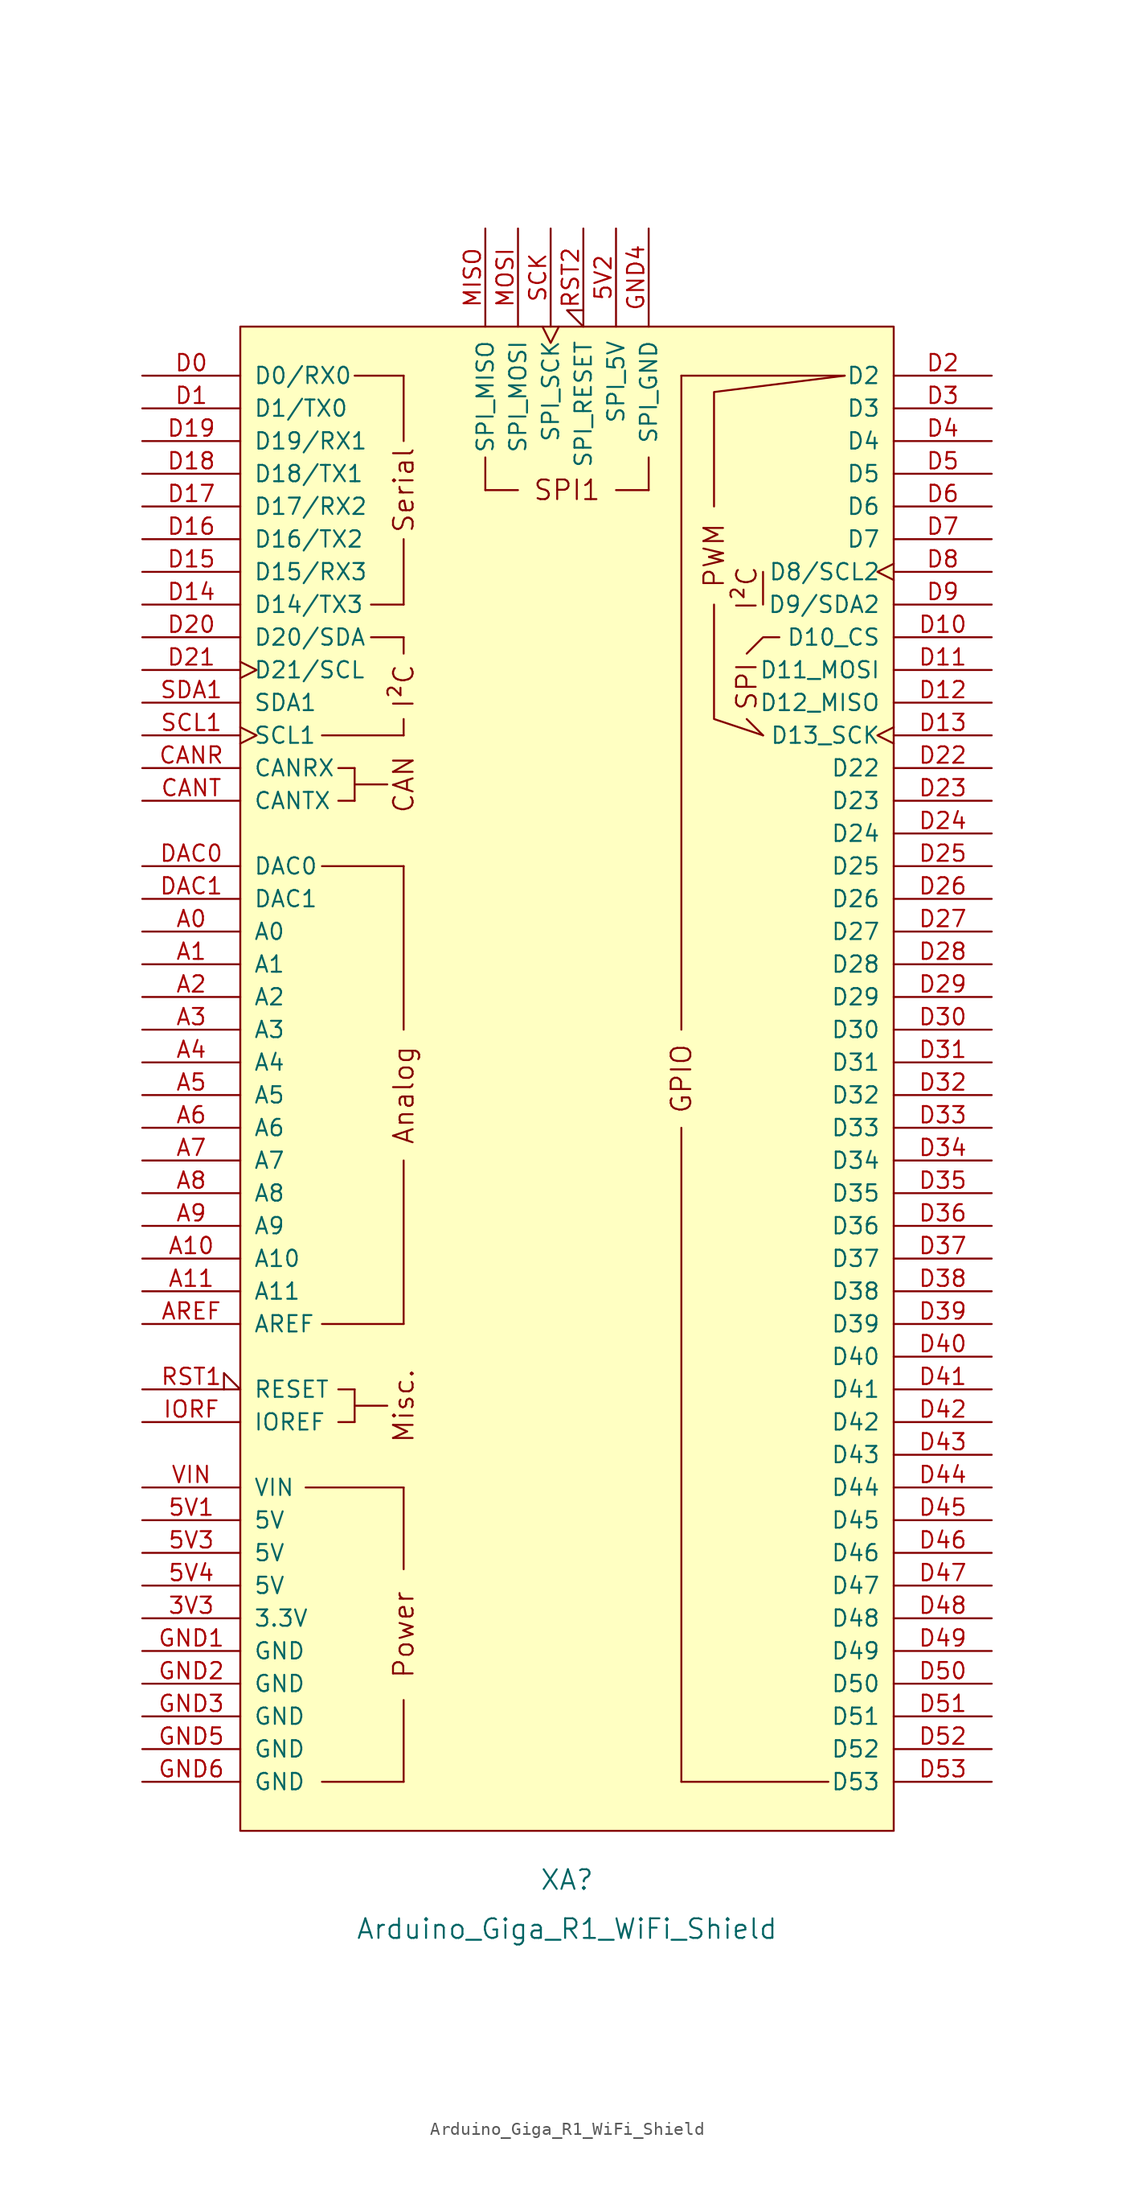
<source format=kicad_sym>
(kicad_symbol_lib
  (version 20211014)
  (generator kicad_symbol_editor)
  (symbol "Arduino_Giga_R1_WiFi_Shield"
    (pin_names
      (offset 1.016))
    (property "Reference" "XA"
      (at 0 -62.23 0)
      (effects (font (size 1.524 1.524))))
    (property "Value" "Arduino_Giga_R1_WiFi_Shield"
      (at 0 -66.04 0)
      (effects (font (size 1.524 1.524))))
    (symbol "Arduino_Giga_R1_WiFi_Shield_0_0"
      (rectangle (start -25.4 -58.42) (end 25.4 58.42) (stroke (width 0) (type default) (color 0 0 0 0)) (fill (type background)))
      (rectangle (start -20.32 -31.75) (end -12.7 -31.75) (stroke (width 0) (type default) (color 0 0 0 0)) (fill (type none)))
      (rectangle (start -19.05 -54.61) (end -12.7 -54.61) (stroke (width 0) (type default) (color 0 0 0 0)) (fill (type none)))
      (rectangle (start -19.05 -19.05) (end -12.7 -19.05) (stroke (width 0) (type default) (color 0 0 0 0)) (fill (type none)))
      (rectangle (start -19.05 16.51) (end -12.7 16.51) (stroke (width 0) (type default) (color 0 0 0 0)) (fill (type none)))
      (rectangle (start -19.05 26.67) (end -12.7 26.67) (stroke (width 0) (type default) (color 0 0 0 0)) (fill (type none)))
      (rectangle (start -17.78 -26.67) (end -16.51 -26.67) (stroke (width 0) (type default) (color 0 0 0 0)) (fill (type none)))
      (rectangle (start -17.78 -24.13) (end -16.51 -24.13) (stroke (width 0) (type default) (color 0 0 0 0)) (fill (type none)))
      (rectangle (start -17.78 21.59) (end -16.51 21.59) (stroke (width 0) (type default) (color 0 0 0 0)) (fill (type none)))
      (rectangle (start -17.78 24.13) (end -16.51 24.13) (stroke (width 0) (type default) (color 0 0 0 0)) (fill (type none)))
      (rectangle (start -16.51 -25.4) (end -13.97 -25.4) (stroke (width 0) (type default) (color 0 0 0 0)) (fill (type none)))
      (rectangle (start -16.51 -24.13) (end -16.51 -26.67) (stroke (width 0) (type default) (color 0 0 0 0)) (fill (type none)))
      (rectangle (start -16.51 22.86) (end -13.97 22.86) (stroke (width 0) (type default) (color 0 0 0 0)) (fill (type none)))
      (rectangle (start -16.51 24.13) (end -16.51 21.59) (stroke (width 0) (type default) (color 0 0 0 0)) (fill (type none)))
      (rectangle (start -16.51 54.61) (end -12.7 54.61) (stroke (width 0) (type default) (color 0 0 0 0)) (fill (type none)))
      (rectangle (start -15.24 34.29) (end -12.7 34.29) (stroke (width 0) (type default) (color 0 0 0 0)) (fill (type none)))
      (rectangle (start -15.24 36.83) (end -12.7 36.83) (stroke (width 0) (type default) (color 0 0 0 0)) (fill (type none)))
      (rectangle (start -12.7 -54.61) (end -12.7 -48.26) (stroke (width 0) (type default) (color 0 0 0 0)) (fill (type none)))
      (rectangle (start -12.7 -31.75) (end -12.7 -38.1) (stroke (width 0) (type default) (color 0 0 0 0)) (fill (type none)))
      (rectangle (start -12.7 -6.35) (end -12.7 -19.05) (stroke (width 0) (type default) (color 0 0 0 0)) (fill (type none)))
      (rectangle (start -12.7 16.51) (end -12.7 3.81) (stroke (width 0) (type default) (color 0 0 0 0)) (fill (type none)))
      (rectangle (start -12.7 26.67) (end -12.7 27.94) (stroke (width 0) (type default) (color 0 0 0 0)) (fill (type none)))
      (rectangle (start -12.7 34.29) (end -12.7 33.02) (stroke (width 0) (type default) (color 0 0 0 0)) (fill (type none)))
      (rectangle (start -12.7 41.91) (end -12.7 36.83) (stroke (width 0) (type default) (color 0 0 0 0)) (fill (type none)))
      (rectangle (start -12.7 49.53) (end -12.7 54.61) (stroke (width 0) (type default) (color 0 0 0 0)) (fill (type none)))
      (rectangle (start -6.35 45.72) (end -3.81 45.72) (stroke (width 0) (type default) (color 0 0 0 0)) (fill (type none)))
      (rectangle (start -6.35 48.26) (end -6.35 45.72) (stroke (width 0) (type default) (color 0 0 0 0)) (fill (type none)))
      (polyline (pts (xy 8.89 -54.61) (xy 20.32 -54.61)) (stroke (width 0) (type default) (color 0 0 0 0)) (fill (type none)))
      (polyline (pts (xy 15.24 26.67) (xy 13.97 27.94)) (stroke (width 0) (type default) (color 0 0 0 0)) (fill (type none)))
      (polyline (pts (xy 15.24 39.37) (xy 15.24 36.83)) (stroke (width 0) (type default) (color 0 0 0 0)) (fill (type none)))
      (polyline (pts (xy 21.59 54.61) (xy 8.89 54.61)) (stroke (width 0) (type default) (color 0 0 0 0)) (fill (type none)))
      (polyline (pts (xy 11.43 44.45) (xy 11.43 53.34) (xy 21.59 54.61)) (stroke (width 0) (type default) (color 0 0 0 0)) (fill (type none)))
      (polyline (pts (xy 13.97 33.02) (xy 15.24 34.29) (xy 16.51 34.29)) (stroke (width 0) (type default) (color 0 0 0 0)) (fill (type none)))
      (polyline (pts (xy 15.24 26.67) (xy 11.43 27.94) (xy 11.43 36.83)) (stroke (width 0) (type default) (color 0 0 0 0)) (fill (type none)))
      (rectangle (start 3.81 45.72) (end 6.35 45.72) (stroke (width 0) (type default) (color 0 0 0 0)) (fill (type none)))
      (rectangle (start 6.35 48.26) (end 6.35 45.72) (stroke (width 0) (type default) (color 0 0 0 0)) (fill (type none)))
      (text "Analog" (at -12.7 -1.27 900) (effects (font (size 1.524 1.524))))
      (text "CAN" (at -12.7 22.86 900) (effects (font (size 1.524 1.524))))
      (text "I²C" (at -12.7 30.48 900) (effects (font (size 1.524 1.524))))
      (text "I²C" (at 13.97 38.1 900) (effects (font (size 1.524 1.524))))
      (text "Misc." (at -12.7 -25.4 900) (effects (font (size 1.524 1.524))))
      (text "Power" (at -12.7 -43.18 900) (effects (font (size 1.524 1.524))))
      (text "PWM" (at 11.43 40.64 900) (effects (font (size 1.524 1.524))))
      (text "Serial" (at -12.7 45.72 900) (effects (font (size 1.524 1.524))))
      (text "SPI" (at 13.97 30.48 900) (effects (font (size 1.524 1.524))))
      (text "SPI1" (at 0 45.72 0) (effects (font (size 1.524 1.524)))))
    (symbol "Arduino_Giga_R1_WiFi_Shield_1_0"
      (rectangle (start 8.89 -3.81) (end 8.89 -54.61) (stroke (width 0) (type default) (color 0 0 0 0)) (fill (type none)))
      (rectangle (start 8.89 54.61) (end 8.89 3.81) (stroke (width 0) (type default) (color 0 0 0 0)) (fill (type none)))
      (text "GPIO" (at 8.89 0 900) (effects (font (size 1.524 1.524)))))
    (symbol "Arduino_Giga_R1_WiFi_Shield_1_1"
      (pin power_out line (at -33.02 -41.91 0) (length 7.62) (name "3.3V" (effects (font (size 1.27 1.27)))) (number "3V3" (effects (font (size 1.27 1.27)))))
      (pin power_in line (at -33.02 -34.29 0) (length 7.62) (name "5V" (effects (font (size 1.27 1.27)))) (number "5V1" (effects (font (size 1.27 1.27)))))
      (pin power_in line (at 3.81 66.04 270) (length 7.62) (name "SPI_5V" (effects (font (size 1.27 1.27)))) (number "5V2" (effects (font (size 1.27 1.27)))))
      (pin power_in line (at -33.02 -36.83 0) (length 7.62) (name "5V" (effects (font (size 1.27 1.27)))) (number "5V3" (effects (font (size 1.27 1.27)))))
      (pin power_in line (at -33.02 -39.37 0) (length 7.62) (name "5V" (effects (font (size 1.27 1.27)))) (number "5V4" (effects (font (size 1.27 1.27)))))
      (pin bidirectional line (at -33.02 11.43 0) (length 7.62) (name "A0" (effects (font (size 1.27 1.27)))) (number "A0" (effects (font (size 1.27 1.27)))))
      (pin bidirectional line (at -33.02 8.89 0) (length 7.62) (name "A1" (effects (font (size 1.27 1.27)))) (number "A1" (effects (font (size 1.27 1.27)))))
      (pin input line (at -33.02 -13.97 0) (length 7.62) (name "A10" (effects (font (size 1.27 1.27)))) (number "A10" (effects (font (size 1.27 1.27)))))
      (pin input line (at -33.02 -16.51 0) (length 7.62) (name "A11" (effects (font (size 1.27 1.27)))) (number "A11" (effects (font (size 1.27 1.27)))))
      (pin bidirectional line (at -33.02 6.35 0) (length 7.62) (name "A2" (effects (font (size 1.27 1.27)))) (number "A2" (effects (font (size 1.27 1.27)))))
      (pin bidirectional line (at -33.02 3.81 0) (length 7.62) (name "A3" (effects (font (size 1.27 1.27)))) (number "A3" (effects (font (size 1.27 1.27)))))
      (pin bidirectional line (at -33.02 1.27 0) (length 7.62) (name "A4" (effects (font (size 1.27 1.27)))) (number "A4" (effects (font (size 1.27 1.27)))))
      (pin bidirectional line (at -33.02 -1.27 0) (length 7.62) (name "A5" (effects (font (size 1.27 1.27)))) (number "A5" (effects (font (size 1.27 1.27)))))
      (pin bidirectional line (at -33.02 -3.81 0) (length 7.62) (name "A6" (effects (font (size 1.27 1.27)))) (number "A6" (effects (font (size 1.27 1.27)))))
      (pin bidirectional line (at -33.02 -6.35 0) (length 7.62) (name "A7" (effects (font (size 1.27 1.27)))) (number "A7" (effects (font (size 1.27 1.27)))))
      (pin input line (at -33.02 -8.89 0) (length 7.62) (name "A8" (effects (font (size 1.27 1.27)))) (number "A8" (effects (font (size 1.27 1.27)))))
      (pin input line (at -33.02 -11.43 0) (length 7.62) (name "A9" (effects (font (size 1.27 1.27)))) (number "A9" (effects (font (size 1.27 1.27)))))
      (pin input line (at -33.02 -19.05 0) (length 7.62) (name "AREF" (effects (font (size 1.27 1.27)))) (number "AREF" (effects (font (size 1.27 1.27)))))
      (pin bidirectional line (at -33.02 24.13 0) (length 7.62) (name "CANRX" (effects (font (size 1.27 1.27)))) (number "CANR" (effects (font (size 1.27 1.27)))))
      (pin bidirectional line (at -33.02 21.59 0) (length 7.62) (name "CANTX" (effects (font (size 1.27 1.27)))) (number "CANT" (effects (font (size 1.27 1.27)))))
      (pin bidirectional line (at -33.02 54.61 0) (length 7.62) (name "D0/RX0" (effects (font (size 1.27 1.27)))) (number "D0" (effects (font (size 1.27 1.27)))))
      (pin bidirectional line (at -33.02 52.07 0) (length 7.62) (name "D1/TX0" (effects (font (size 1.27 1.27)))) (number "D1" (effects (font (size 1.27 1.27)))))
      (pin bidirectional line (at 33.02 34.29 180) (length 7.62) (name "D10_CS" (effects (font (size 1.27 1.27)))) (number "D10" (effects (font (size 1.27 1.27)))))
      (pin bidirectional line (at 33.02 31.75 180) (length 7.62) (name "D11_MOSI" (effects (font (size 1.27 1.27)))) (number "D11" (effects (font (size 1.27 1.27)))))
      (pin bidirectional line (at 33.02 29.21 180) (length 7.62) (name "D12_MISO" (effects (font (size 1.27 1.27)))) (number "D12" (effects (font (size 1.27 1.27)))))
      (pin bidirectional clock (at 33.02 26.67 180) (length 7.62) (name "D13_SCK" (effects (font (size 1.27 1.27)))) (number "D13" (effects (font (size 1.27 1.27)))))
      (pin bidirectional line (at -33.02 36.83 0) (length 7.62) (name "D14/TX3" (effects (font (size 1.27 1.27)))) (number "D14" (effects (font (size 1.27 1.27)))))
      (pin bidirectional line (at -33.02 39.37 0) (length 7.62) (name "D15/RX3" (effects (font (size 1.27 1.27)))) (number "D15" (effects (font (size 1.27 1.27)))))
      (pin bidirectional line (at -33.02 41.91 0) (length 7.62) (name "D16/TX2" (effects (font (size 1.27 1.27)))) (number "D16" (effects (font (size 1.27 1.27)))))
      (pin bidirectional line (at -33.02 44.45 0) (length 7.62) (name "D17/RX2" (effects (font (size 1.27 1.27)))) (number "D17" (effects (font (size 1.27 1.27)))))
      (pin bidirectional line (at -33.02 46.99 0) (length 7.62) (name "D18/TX1" (effects (font (size 1.27 1.27)))) (number "D18" (effects (font (size 1.27 1.27)))))
      (pin bidirectional line (at -33.02 49.53 0) (length 7.62) (name "D19/RX1" (effects (font (size 1.27 1.27)))) (number "D19" (effects (font (size 1.27 1.27)))))
      (pin bidirectional line (at 33.02 54.61 180) (length 7.62) (name "D2" (effects (font (size 1.27 1.27)))) (number "D2" (effects (font (size 1.27 1.27)))))
      (pin bidirectional line (at -33.02 34.29 0) (length 7.62) (name "D20/SDA" (effects (font (size 1.27 1.27)))) (number "D20" (effects (font (size 1.27 1.27)))))
      (pin bidirectional clock (at -33.02 31.75 0) (length 7.62) (name "D21/SCL" (effects (font (size 1.27 1.27)))) (number "D21" (effects (font (size 1.27 1.27)))))
      (pin bidirectional line (at 33.02 24.13 180) (length 7.62) (name "D22" (effects (font (size 1.27 1.27)))) (number "D22" (effects (font (size 1.27 1.27)))))
      (pin bidirectional line (at 33.02 21.59 180) (length 7.62) (name "D23" (effects (font (size 1.27 1.27)))) (number "D23" (effects (font (size 1.27 1.27)))))
      (pin bidirectional line (at 33.02 19.05 180) (length 7.62) (name "D24" (effects (font (size 1.27 1.27)))) (number "D24" (effects (font (size 1.27 1.27)))))
      (pin bidirectional line (at 33.02 16.51 180) (length 7.62) (name "D25" (effects (font (size 1.27 1.27)))) (number "D25" (effects (font (size 1.27 1.27)))))
      (pin bidirectional line (at 33.02 13.97 180) (length 7.62) (name "D26" (effects (font (size 1.27 1.27)))) (number "D26" (effects (font (size 1.27 1.27)))))
      (pin bidirectional line (at 33.02 11.43 180) (length 7.62) (name "D27" (effects (font (size 1.27 1.27)))) (number "D27" (effects (font (size 1.27 1.27)))))
      (pin bidirectional line (at 33.02 8.89 180) (length 7.62) (name "D28" (effects (font (size 1.27 1.27)))) (number "D28" (effects (font (size 1.27 1.27)))))
      (pin bidirectional line (at 33.02 6.35 180) (length 7.62) (name "D29" (effects (font (size 1.27 1.27)))) (number "D29" (effects (font (size 1.27 1.27)))))
      (pin bidirectional line (at 33.02 52.07 180) (length 7.62) (name "D3" (effects (font (size 1.27 1.27)))) (number "D3" (effects (font (size 1.27 1.27)))))
      (pin bidirectional line (at 33.02 3.81 180) (length 7.62) (name "D30" (effects (font (size 1.27 1.27)))) (number "D30" (effects (font (size 1.27 1.27)))))
      (pin bidirectional line (at 33.02 1.27 180) (length 7.62) (name "D31" (effects (font (size 1.27 1.27)))) (number "D31" (effects (font (size 1.27 1.27)))))
      (pin bidirectional line (at 33.02 -1.27 180) (length 7.62) (name "D32" (effects (font (size 1.27 1.27)))) (number "D32" (effects (font (size 1.27 1.27)))))
      (pin bidirectional line (at 33.02 -3.81 180) (length 7.62) (name "D33" (effects (font (size 1.27 1.27)))) (number "D33" (effects (font (size 1.27 1.27)))))
      (pin bidirectional line (at 33.02 -6.35 180) (length 7.62) (name "D34" (effects (font (size 1.27 1.27)))) (number "D34" (effects (font (size 1.27 1.27)))))
      (pin bidirectional line (at 33.02 -8.89 180) (length 7.62) (name "D35" (effects (font (size 1.27 1.27)))) (number "D35" (effects (font (size 1.27 1.27)))))
      (pin bidirectional line (at 33.02 -11.43 180) (length 7.62) (name "D36" (effects (font (size 1.27 1.27)))) (number "D36" (effects (font (size 1.27 1.27)))))
      (pin bidirectional line (at 33.02 -13.97 180) (length 7.62) (name "D37" (effects (font (size 1.27 1.27)))) (number "D37" (effects (font (size 1.27 1.27)))))
      (pin bidirectional line (at 33.02 -16.51 180) (length 7.62) (name "D38" (effects (font (size 1.27 1.27)))) (number "D38" (effects (font (size 1.27 1.27)))))
      (pin bidirectional line (at 33.02 -19.05 180) (length 7.62) (name "D39" (effects (font (size 1.27 1.27)))) (number "D39" (effects (font (size 1.27 1.27)))))
      (pin bidirectional line (at 33.02 49.53 180) (length 7.62) (name "D4" (effects (font (size 1.27 1.27)))) (number "D4" (effects (font (size 1.27 1.27)))))
      (pin bidirectional line (at 33.02 -21.59 180) (length 7.62) (name "D40" (effects (font (size 1.27 1.27)))) (number "D40" (effects (font (size 1.27 1.27)))))
      (pin bidirectional line (at 33.02 -24.13 180) (length 7.62) (name "D41" (effects (font (size 1.27 1.27)))) (number "D41" (effects (font (size 1.27 1.27)))))
      (pin bidirectional line (at 33.02 -26.67 180) (length 7.62) (name "D42" (effects (font (size 1.27 1.27)))) (number "D42" (effects (font (size 1.27 1.27)))))
      (pin bidirectional line (at 33.02 -29.21 180) (length 7.62) (name "D43" (effects (font (size 1.27 1.27)))) (number "D43" (effects (font (size 1.27 1.27)))))
      (pin bidirectional line (at 33.02 -31.75 180) (length 7.62) (name "D44" (effects (font (size 1.27 1.27)))) (number "D44" (effects (font (size 1.27 1.27)))))
      (pin bidirectional line (at 33.02 -34.29 180) (length 7.62) (name "D45" (effects (font (size 1.27 1.27)))) (number "D45" (effects (font (size 1.27 1.27)))))
      (pin bidirectional line (at 33.02 -36.83 180) (length 7.62) (name "D46" (effects (font (size 1.27 1.27)))) (number "D46" (effects (font (size 1.27 1.27)))))
      (pin bidirectional line (at 33.02 -39.37 180) (length 7.62) (name "D47" (effects (font (size 1.27 1.27)))) (number "D47" (effects (font (size 1.27 1.27)))))
      (pin bidirectional line (at 33.02 -41.91 180) (length 7.62) (name "D48" (effects (font (size 1.27 1.27)))) (number "D48" (effects (font (size 1.27 1.27)))))
      (pin bidirectional line (at 33.02 -44.45 180) (length 7.62) (name "D49" (effects (font (size 1.27 1.27)))) (number "D49" (effects (font (size 1.27 1.27)))))
      (pin bidirectional line (at 33.02 46.99 180) (length 7.62) (name "D5" (effects (font (size 1.27 1.27)))) (number "D5" (effects (font (size 1.27 1.27)))))
      (pin bidirectional line (at 33.02 -46.99 180) (length 7.62) (name "D50" (effects (font (size 1.27 1.27)))) (number "D50" (effects (font (size 1.27 1.27)))))
      (pin bidirectional line (at 33.02 -49.53 180) (length 7.62) (name "D51" (effects (font (size 1.27 1.27)))) (number "D51" (effects (font (size 1.27 1.27)))))
      (pin bidirectional line (at 33.02 -52.07 180) (length 7.62) (name "D52" (effects (font (size 1.27 1.27)))) (number "D52" (effects (font (size 1.27 1.27)))))
      (pin bidirectional line (at 33.02 -54.61 180) (length 7.62) (name "D53" (effects (font (size 1.27 1.27)))) (number "D53" (effects (font (size 1.27 1.27)))))
      (pin bidirectional line (at 33.02 44.45 180) (length 7.62) (name "D6" (effects (font (size 1.27 1.27)))) (number "D6" (effects (font (size 1.27 1.27)))))
      (pin bidirectional line (at 33.02 41.91 180) (length 7.62) (name "D7" (effects (font (size 1.27 1.27)))) (number "D7" (effects (font (size 1.27 1.27)))))
      (pin bidirectional clock (at 33.02 39.37 180) (length 7.62) (name "D8/SCL2" (effects (font (size 1.27 1.27)))) (number "D8" (effects (font (size 1.27 1.27)))))
      (pin bidirectional line (at 33.02 36.83 180) (length 7.62) (name "D9/SDA2" (effects (font (size 1.27 1.27)))) (number "D9" (effects (font (size 1.27 1.27)))))
      (pin bidirectional line (at -33.02 16.51 0) (length 7.62) (name "DAC0" (effects (font (size 1.27 1.27)))) (number "DAC0" (effects (font (size 1.27 1.27)))))
      (pin bidirectional line (at -33.02 13.97 0) (length 7.62) (name "DAC1" (effects (font (size 1.27 1.27)))) (number "DAC1" (effects (font (size 1.27 1.27)))))
      (pin power_in line (at -33.02 -44.45 0) (length 7.62) (name "GND" (effects (font (size 1.27 1.27)))) (number "GND1" (effects (font (size 1.27 1.27)))))
      (pin power_in line (at -33.02 -46.99 0) (length 7.62) (name "GND" (effects (font (size 1.27 1.27)))) (number "GND2" (effects (font (size 1.27 1.27)))))
      (pin power_in line (at -33.02 -49.53 0) (length 7.62) (name "GND" (effects (font (size 1.27 1.27)))) (number "GND3" (effects (font (size 1.27 1.27)))))
      (pin power_in line (at 6.35 66.04 270) (length 7.62) (name "SPI_GND" (effects (font (size 1.27 1.27)))) (number "GND4" (effects (font (size 1.27 1.27)))))
      (pin power_in line (at -33.02 -52.07 0) (length 7.62) (name "GND" (effects (font (size 1.27 1.27)))) (number "GND5" (effects (font (size 1.27 1.27)))))
      (pin power_in line (at -33.02 -54.61 0) (length 7.62) (name "GND" (effects (font (size 1.27 1.27)))) (number "GND6" (effects (font (size 1.27 1.27)))))
      (pin output line (at -33.02 -26.67 0) (length 7.62) (name "IOREF" (effects (font (size 1.27 1.27)))) (number "IORF" (effects (font (size 1.27 1.27)))))
      (pin input line (at -6.35 66.04 270) (length 7.62) (name "SPI_MISO" (effects (font (size 1.27 1.27)))) (number "MISO" (effects (font (size 1.27 1.27)))))
      (pin output line (at -3.81 66.04 270) (length 7.62) (name "SPI_MOSI" (effects (font (size 1.27 1.27)))) (number "MOSI" (effects (font (size 1.27 1.27)))))
      (pin open_collector input_low (at -33.02 -24.13 0) (length 7.62) (name "RESET" (effects (font (size 1.27 1.27)))) (number "RST1" (effects (font (size 1.27 1.27)))))
      (pin open_collector input_low (at 1.27 66.04 270) (length 7.62) (name "SPI_RESET" (effects (font (size 1.27 1.27)))) (number "RST2" (effects (font (size 1.27 1.27)))))
      (pin output clock (at -1.27 66.04 270) (length 7.62) (name "SPI_SCK" (effects (font (size 1.27 1.27)))) (number "SCK" (effects (font (size 1.27 1.27)))))
      (pin bidirectional clock (at -33.02 26.67 0) (length 7.62) (name "SCL1" (effects (font (size 1.27 1.27)))) (number "SCL1" (effects (font (size 1.27 1.27)))))
      (pin bidirectional line (at -33.02 29.21 0) (length 7.62) (name "SDA1" (effects (font (size 1.27 1.27)))) (number "SDA1" (effects (font (size 1.27 1.27)))))
      (pin power_in line (at -33.02 -31.75 0) (length 7.62) (name "VIN" (effects (font (size 1.27 1.27)))) (number "VIN" (effects (font (size 1.27 1.27))))))))
</source>
